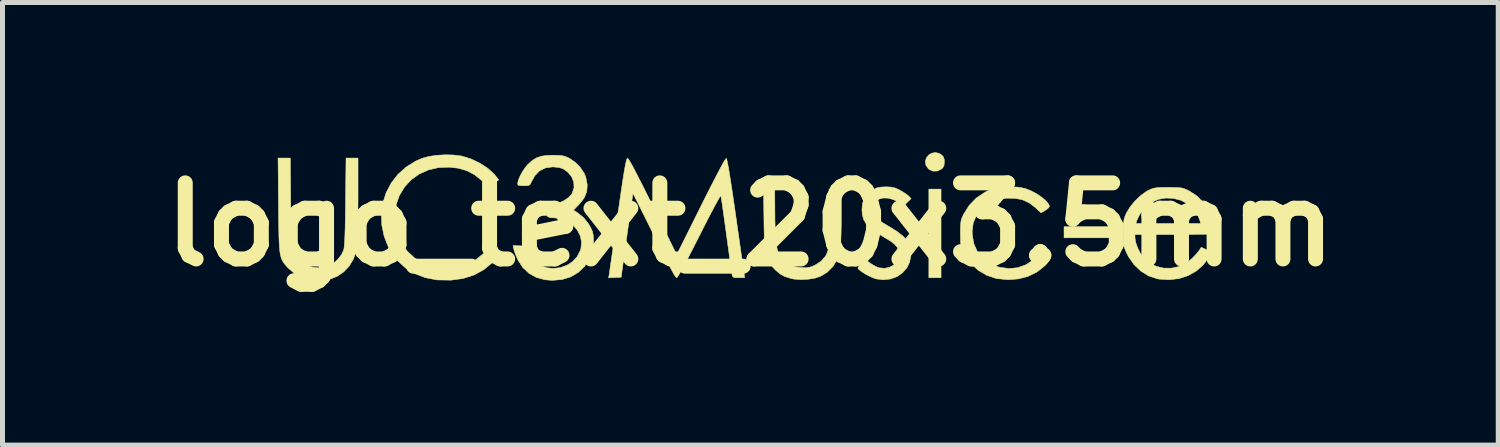
<source format=kicad_pcb>
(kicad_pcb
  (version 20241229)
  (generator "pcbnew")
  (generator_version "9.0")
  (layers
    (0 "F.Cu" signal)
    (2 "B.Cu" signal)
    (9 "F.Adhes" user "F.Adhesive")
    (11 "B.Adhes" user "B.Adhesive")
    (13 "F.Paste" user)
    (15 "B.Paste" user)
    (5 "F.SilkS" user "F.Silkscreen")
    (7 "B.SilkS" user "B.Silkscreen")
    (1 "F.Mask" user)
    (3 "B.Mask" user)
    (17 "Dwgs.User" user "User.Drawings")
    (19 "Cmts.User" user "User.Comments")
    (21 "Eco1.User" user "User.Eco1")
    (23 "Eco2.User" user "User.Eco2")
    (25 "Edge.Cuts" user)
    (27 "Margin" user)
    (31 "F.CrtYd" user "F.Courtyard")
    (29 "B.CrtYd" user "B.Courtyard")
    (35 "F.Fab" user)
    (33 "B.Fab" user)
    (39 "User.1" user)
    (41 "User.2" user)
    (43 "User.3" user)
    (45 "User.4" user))
  (footprint "logo_text_20x3.5mm"
    (layer "F.Cu")
    (at 11.982 1.448)
    (property "Reference" "logo_text_20x3.5mm" (at 0 0 0) (layer "F.SilkS") (effects (font (size 1.524 1.524) (thickness 0.3))))
    (attr through_hole)
    (fp_poly (pts (xy 3.819 1.066) (xy 3.575 1.066) (xy 3.575 -0.71) (xy 3.819 -0.71) (xy 3.819 1.066)) (stroke (width 0.01) (type solid)) (fill yes) (layer "F.SilkS"))
    (fp_poly (pts (xy 7.194 0.266) (xy 6.283 0.266) (xy 6.283 0.044) (xy 7.194 0.044) (xy 7.194 0.266)) (stroke (width 0.01) (type solid)) (fill yes) (layer "F.SilkS"))
    (fp_poly (pts (xy 3.782 -1.425) (xy 3.827 -1.397) (xy 3.866 -1.356) (xy 3.883 -1.303) (xy 3.885 -1.254) (xy 3.879 -1.184) (xy 3.855 -1.138) (xy 3.827 -1.112) (xy 3.746 -1.072) (xy 3.659 -1.07) (xy 3.581 -1.104) (xy 3.563 -1.12) (xy 3.515 -1.192) (xy 3.505 -1.265) (xy 3.525 -1.334) (xy 3.569 -1.391) (xy 3.631 -1.429) (xy 3.704 -1.443) (xy 3.782 -1.425)) (stroke (width 0.01) (type solid)) (fill yes) (layer "F.SilkS"))
    (fp_poly (pts (xy 0.49 -0.327) (xy 0.492 -0.091) (xy 0.497 0.105) (xy 0.506 0.265) (xy 0.519 0.394) (xy 0.537 0.495) (xy 0.559 0.573) (xy 0.586 0.631) (xy 0.669 0.736) (xy 0.778 0.808) (xy 0.917 0.85) (xy 1.012 0.861) (xy 1.104 0.865) (xy 1.171 0.859) (xy 1.232 0.842) (xy 1.298 0.812) (xy 1.422 0.731) (xy 1.509 0.627) (xy 1.551 0.535) (xy 1.56 0.484) (xy 1.567 0.39) (xy 1.572 0.256) (xy 1.575 0.083) (xy 1.576 -0.125) (xy 1.576 -0.71) (xy 1.821 -0.71) (xy 1.821 -0.158) (xy 1.82 0.001) (xy 1.817 0.153) (xy 1.813 0.288) (xy 1.808 0.4) (xy 1.802 0.481) (xy 1.798 0.512) (xy 1.745 0.688) (xy 1.657 0.837) (xy 1.538 0.956) (xy 1.406 1.036) (xy 1.293 1.074) (xy 1.155 1.096) (xy 1.008 1.103) (xy 0.872 1.093) (xy 0.81 1.08) (xy 0.688 1.041) (xy 0.592 0.988) (xy 0.503 0.912) (xy 0.46 0.867) (xy 0.412 0.811) (xy 0.373 0.76) (xy 0.343 0.706) (xy 0.32 0.646) (xy 0.303 0.572) (xy 0.291 0.479) (xy 0.283 0.362) (xy 0.277 0.216) (xy 0.273 0.033) (xy 0.272 -0.083) (xy 0.263 -0.71) (xy 0.488 -0.71) (xy 0.49 -0.327)) (stroke (width 0.01) (type solid)) (fill yes) (layer "F.SilkS"))
    (fp_poly (pts (xy -5.948 -1.393) (xy -5.8 -1.375) (xy -5.767 -1.368) (xy -5.591 -1.312) (xy -5.42 -1.23) (xy -5.266 -1.13) (xy -5.141 -1.018) (xy -5.108 -0.979) (xy -5.041 -0.895) (xy -5.141 -0.823) (xy -5.241 -0.751) (xy -5.382 -0.883) (xy -5.528 -0.999) (xy -5.683 -1.08) (xy -5.856 -1.129) (xy -6.029 -1.149) (xy -6.246 -1.141) (xy -6.448 -1.095) (xy -6.632 -1.013) (xy -6.793 -0.899) (xy -6.927 -0.754) (xy -7.031 -0.583) (xy -7.093 -0.41) (xy -7.126 -0.204) (xy -7.118 -0.001) (xy -7.071 0.194) (xy -6.989 0.374) (xy -6.874 0.534) (xy -6.728 0.669) (xy -6.6 0.749) (xy -6.457 0.812) (xy -6.313 0.85) (xy -6.152 0.866) (xy -6.075 0.868) (xy -5.862 0.85) (xy -5.671 0.796) (xy -5.496 0.702) (xy -5.347 0.582) (xy -5.242 0.484) (xy -5.039 0.63) (xy -5.167 0.76) (xy -5.339 0.903) (xy -5.536 1.011) (xy -5.756 1.081) (xy -5.997 1.114) (xy -6.258 1.11) (xy -6.284 1.108) (xy -6.513 1.064) (xy -6.723 0.983) (xy -6.911 0.868) (xy -7.073 0.719) (xy -7.204 0.542) (xy -7.249 0.459) (xy -7.337 0.235) (xy -7.384 0.009) (xy -7.392 -0.215) (xy -7.362 -0.433) (xy -7.296 -0.64) (xy -7.195 -0.832) (xy -7.062 -1.003) (xy -6.898 -1.151) (xy -6.705 -1.271) (xy -6.572 -1.328) (xy -6.442 -1.364) (xy -6.285 -1.387) (xy -6.115 -1.397) (xy -5.948 -1.393)) (stroke (width 0.01) (type solid)) (fill yes) (layer "F.SilkS"))
    (fp_poly (pts (xy -9.209 -0.439) (xy -9.205 -0.182) (xy -9.202 0.033) (xy -9.197 0.207) (xy -9.192 0.343) (xy -9.186 0.444) (xy -9.179 0.51) (xy -9.172 0.54) (xy -9.114 0.649) (xy -9.024 0.741) (xy -8.908 0.81) (xy -8.777 0.853) (xy -8.638 0.868) (xy -8.501 0.851) (xy -8.44 0.831) (xy -8.351 0.778) (xy -8.264 0.697) (xy -8.19 0.601) (xy -8.15 0.518) (xy -8.141 0.482) (xy -8.134 0.422) (xy -8.128 0.336) (xy -8.123 0.22) (xy -8.118 0.07) (xy -8.115 -0.116) (xy -8.111 -0.342) (xy -8.11 -0.45) (xy -8.1 -1.332) (xy -7.86 -1.332) (xy -7.86 -0.527) (xy -7.861 -0.278) (xy -7.863 -0.068) (xy -7.867 0.106) (xy -7.872 0.25) (xy -7.88 0.367) (xy -7.891 0.464) (xy -7.905 0.543) (xy -7.923 0.611) (xy -7.944 0.67) (xy -7.958 0.702) (xy -8.04 0.836) (xy -8.149 0.95) (xy -8.277 1.037) (xy -8.414 1.091) (xy -8.463 1.1) (xy -8.534 1.11) (xy -8.592 1.118) (xy -8.604 1.119) (xy -8.648 1.12) (xy -8.72 1.115) (xy -8.79 1.108) (xy -8.97 1.064) (xy -9.13 0.983) (xy -9.264 0.867) (xy -9.267 0.865) (xy -9.307 0.819) (xy -9.341 0.777) (xy -9.369 0.734) (xy -9.392 0.687) (xy -9.409 0.631) (xy -9.423 0.56) (xy -9.433 0.472) (xy -9.44 0.362) (xy -9.445 0.224) (xy -9.448 0.055) (xy -9.451 -0.149) (xy -9.453 -0.393) (xy -9.453 -0.394) (xy -9.462 -1.332) (xy -9.217 -1.332) (xy -9.209 -0.439)) (stroke (width 0.01) (type solid)) (fill yes) (layer "F.SilkS"))
    (fp_poly (pts (xy 2.82 -0.75) (xy 2.899 -0.732) (xy 2.983 -0.694) (xy 2.998 -0.686) (xy 3.073 -0.642) (xy 3.138 -0.598) (xy 3.173 -0.568) (xy 3.219 -0.519) (xy 3.143 -0.446) (xy 3.068 -0.372) (xy 2.966 -0.445) (xy 2.868 -0.498) (xy 2.761 -0.528) (xy 2.66 -0.532) (xy 2.576 -0.509) (xy 2.565 -0.502) (xy 2.493 -0.432) (xy 2.456 -0.345) (xy 2.46 -0.252) (xy 2.462 -0.245) (xy 2.482 -0.191) (xy 2.514 -0.145) (xy 2.563 -0.098) (xy 2.635 -0.046) (xy 2.739 0.017) (xy 2.786 0.044) (xy 2.946 0.144) (xy 3.066 0.24) (xy 3.148 0.335) (xy 3.197 0.436) (xy 3.216 0.546) (xy 3.213 0.63) (xy 3.188 0.757) (xy 3.137 0.862) (xy 3.052 0.962) (xy 3.049 0.965) (xy 2.939 1.043) (xy 2.805 1.091) (xy 2.658 1.106) (xy 2.52 1.089) (xy 2.452 1.066) (xy 2.373 1.029) (xy 2.293 0.985) (xy 2.223 0.94) (xy 2.173 0.9) (xy 2.154 0.87) (xy 2.154 0.87) (xy 2.167 0.845) (xy 2.2 0.799) (xy 2.221 0.772) (xy 2.289 0.69) (xy 2.389 0.766) (xy 2.464 0.815) (xy 2.544 0.855) (xy 2.581 0.867) (xy 2.688 0.878) (xy 2.788 0.856) (xy 2.875 0.807) (xy 2.941 0.738) (xy 2.98 0.654) (xy 2.985 0.563) (xy 2.973 0.516) (xy 2.941 0.454) (xy 2.891 0.397) (xy 2.817 0.338) (xy 2.709 0.272) (xy 2.67 0.249) (xy 2.517 0.158) (xy 2.402 0.073) (xy 2.321 -0.011) (xy 2.269 -0.099) (xy 2.242 -0.197) (xy 2.235 -0.3) (xy 2.246 -0.425) (xy 2.286 -0.525) (xy 2.359 -0.615) (xy 2.388 -0.642) (xy 2.461 -0.699) (xy 2.53 -0.734) (xy 2.611 -0.75) (xy 2.72 -0.755) (xy 2.724 -0.755) (xy 2.82 -0.75)) (stroke (width 0.01) (type solid)) (fill yes) (layer "F.SilkS"))
    (fp_poly (pts (xy 5.349 -0.75) (xy 5.43 -0.738) (xy 5.513 -0.717) (xy 5.526 -0.713) (xy 5.624 -0.675) (xy 5.724 -0.622) (xy 5.818 -0.56) (xy 5.899 -0.495) (xy 5.957 -0.433) (xy 5.987 -0.38) (xy 5.989 -0.358) (xy 5.968 -0.329) (xy 5.921 -0.293) (xy 5.902 -0.281) (xy 5.821 -0.234) (xy 5.713 -0.336) (xy 5.589 -0.432) (xy 5.456 -0.494) (xy 5.306 -0.525) (xy 5.14 -0.528) (xy 4.978 -0.51) (xy 4.844 -0.469) (xy 4.729 -0.4) (xy 4.619 -0.297) (xy 4.612 -0.289) (xy 4.519 -0.163) (xy 4.464 -0.03) (xy 4.443 0.12) (xy 4.445 0.208) (xy 4.477 0.387) (xy 4.546 0.542) (xy 4.65 0.672) (xy 4.787 0.774) (xy 4.955 0.845) (xy 4.995 0.856) (xy 5.178 0.882) (xy 5.355 0.865) (xy 5.521 0.805) (xy 5.672 0.705) (xy 5.695 0.685) (xy 5.815 0.575) (xy 5.905 0.626) (xy 5.958 0.662) (xy 5.99 0.693) (xy 5.995 0.703) (xy 5.98 0.732) (xy 5.942 0.779) (xy 5.899 0.825) (xy 5.745 0.948) (xy 5.568 1.036) (xy 5.371 1.089) (xy 5.161 1.105) (xy 4.942 1.083) (xy 4.91 1.076) (xy 4.73 1.015) (xy 4.564 0.916) (xy 4.42 0.786) (xy 4.306 0.63) (xy 4.279 0.58) (xy 4.248 0.514) (xy 4.228 0.459) (xy 4.215 0.404) (xy 4.209 0.335) (xy 4.208 0.24) (xy 4.207 0.178) (xy 4.208 0.064) (xy 4.212 -0.017) (xy 4.221 -0.079) (xy 4.237 -0.131) (xy 4.262 -0.188) (xy 4.27 -0.205) (xy 4.381 -0.381) (xy 4.524 -0.53) (xy 4.696 -0.646) (xy 4.724 -0.66) (xy 4.803 -0.698) (xy 4.867 -0.722) (xy 4.93 -0.737) (xy 5.007 -0.746) (xy 5.111 -0.751) (xy 5.132 -0.752) (xy 5.255 -0.754) (xy 5.349 -0.75)) (stroke (width 0.01) (type solid)) (fill yes) (layer "F.SilkS"))
    (fp_poly (pts (xy 8.488 -0.743) (xy 8.573 -0.74) (xy 8.636 -0.733) (xy 8.687 -0.72) (xy 8.739 -0.698) (xy 8.781 -0.679) (xy 8.942 -0.575) (xy 9.077 -0.44) (xy 9.183 -0.277) (xy 9.254 -0.095) (xy 9.278 0.022) (xy 9.287 0.099) (xy 9.29 0.157) (xy 9.288 0.183) (xy 9.264 0.187) (xy 9.201 0.191) (xy 9.104 0.194) (xy 8.977 0.196) (xy 8.827 0.198) (xy 8.657 0.199) (xy 8.491 0.2) (xy 7.704 0.2) (xy 7.704 0.266) (xy 7.718 0.355) (xy 7.755 0.462) (xy 7.807 0.568) (xy 7.869 0.658) (xy 7.872 0.661) (xy 7.989 0.766) (xy 8.127 0.837) (xy 8.278 0.873) (xy 8.434 0.874) (xy 8.589 0.84) (xy 8.733 0.771) (xy 8.847 0.68) (xy 8.91 0.615) (xy 8.963 0.554) (xy 8.996 0.511) (xy 9.031 0.455) (xy 9.135 0.505) (xy 9.239 0.556) (xy 9.188 0.648) (xy 9.078 0.802) (xy 8.938 0.927) (xy 8.773 1.021) (xy 8.59 1.082) (xy 8.392 1.106) (xy 8.187 1.093) (xy 8.15 1.086) (xy 7.981 1.031) (xy 7.826 0.936) (xy 7.689 0.807) (xy 7.576 0.647) (xy 7.54 0.577) (xy 7.511 0.513) (xy 7.491 0.459) (xy 7.479 0.403) (xy 7.473 0.333) (xy 7.471 0.237) (xy 7.471 0.167) (xy 7.472 0.049) (xy 7.475 -0.022) (xy 7.724 -0.022) (xy 9.019 -0.022) (xy 9.004 -0.083) (xy 8.949 -0.219) (xy 8.862 -0.333) (xy 8.749 -0.423) (xy 8.617 -0.488) (xy 8.472 -0.524) (xy 8.323 -0.531) (xy 8.176 -0.506) (xy 8.038 -0.447) (xy 7.951 -0.385) (xy 7.867 -0.298) (xy 7.794 -0.193) (xy 7.744 -0.088) (xy 7.738 -0.072) (xy 7.724 -0.022) (xy 7.475 -0.022) (xy 7.476 -0.035) (xy 7.484 -0.098) (xy 7.499 -0.152) (xy 7.522 -0.208) (xy 7.531 -0.228) (xy 7.604 -0.35) (xy 7.703 -0.471) (xy 7.817 -0.58) (xy 7.933 -0.664) (xy 7.969 -0.683) (xy 8.024 -0.709) (xy 8.074 -0.726) (xy 8.129 -0.736) (xy 8.2 -0.742) (xy 8.299 -0.744) (xy 8.37 -0.744) (xy 8.488 -0.743)) (stroke (width 0.01) (type solid)) (fill yes) (layer "F.SilkS"))
    (fp_poly (pts (xy -3.856 -1.386) (xy -3.78 -1.381) (xy -3.722 -1.369) (xy -3.669 -1.348) (xy -3.627 -1.328) (xy -3.509 -1.247) (xy -3.405 -1.141) (xy -3.328 -1.024) (xy -3.297 -0.947) (xy -3.268 -0.796) (xy -3.278 -0.661) (xy -3.328 -0.536) (xy -3.422 -0.415) (xy -3.43 -0.407) (xy -3.544 -0.289) (xy -3.461 -0.234) (xy -3.339 -0.136) (xy -3.244 -0.016) (xy -3.202 0.056) (xy -3.171 0.124) (xy -3.152 0.19) (xy -3.144 0.272) (xy -3.143 0.345) (xy -3.144 0.443) (xy -3.154 0.517) (xy -3.175 0.585) (xy -3.213 0.668) (xy -3.215 0.671) (xy -3.316 0.831) (xy -3.445 0.957) (xy -3.599 1.048) (xy -3.775 1.102) (xy -3.97 1.118) (xy -4.112 1.107) (xy -4.283 1.062) (xy -4.433 0.979) (xy -4.559 0.861) (xy -4.656 0.712) (xy -4.66 0.702) (xy -4.696 0.62) (xy -4.726 0.542) (xy -4.74 0.493) (xy -4.755 0.42) (xy -4.629 0.426) (xy -4.502 0.433) (xy -4.459 0.548) (xy -4.392 0.672) (xy -4.299 0.766) (xy -4.186 0.832) (xy -4.06 0.869) (xy -3.928 0.879) (xy -3.796 0.86) (xy -3.671 0.814) (xy -3.56 0.742) (xy -3.47 0.643) (xy -3.406 0.518) (xy -3.395 0.482) (xy -3.382 0.353) (xy -3.408 0.226) (xy -3.469 0.108) (xy -3.56 0.008) (xy -3.675 -0.068) (xy -3.751 -0.097) (xy -3.829 -0.118) (xy -3.898 -0.131) (xy -3.928 -0.134) (xy -4.011 -0.138) (xy -4.059 -0.157) (xy -4.079 -0.198) (xy -4.081 -0.269) (xy -4.081 -0.275) (xy -4.074 -0.389) (xy -3.958 -0.403) (xy -3.847 -0.429) (xy -3.737 -0.477) (xy -3.644 -0.54) (xy -3.579 -0.609) (xy -3.571 -0.623) (xy -3.533 -0.737) (xy -3.538 -0.852) (xy -3.584 -0.962) (xy -3.656 -1.048) (xy -3.735 -1.108) (xy -3.826 -1.142) (xy -3.94 -1.154) (xy -3.97 -1.154) (xy -4.107 -1.134) (xy -4.224 -1.075) (xy -4.319 -0.978) (xy -4.386 -0.856) (xy -4.407 -0.811) (xy -4.432 -0.787) (xy -4.474 -0.778) (xy -4.541 -0.777) (xy -4.611 -0.779) (xy -4.648 -0.787) (xy -4.661 -0.806) (xy -4.663 -0.823) (xy -4.649 -0.886) (xy -4.615 -0.969) (xy -4.566 -1.059) (xy -4.509 -1.144) (xy -4.461 -1.201) (xy -4.37 -1.283) (xy -4.282 -1.337) (xy -4.186 -1.37) (xy -4.067 -1.385) (xy -3.963 -1.388) (xy -3.856 -1.386)) (stroke (width 0.01) (type solid)) (fill yes) (layer "F.SilkS"))
    (fp_poly (pts (xy -2.448 -1.316) (xy -2.421 -1.276) (xy -2.381 -1.208) (xy -2.327 -1.108) (xy -2.258 -0.974) (xy -2.172 -0.806) (xy -2.07 -0.602) (xy -1.953 -0.364) (xy -1.476 0.605) (xy -0.993 -0.365) (xy -0.879 -0.593) (xy -0.777 -0.794) (xy -0.688 -0.966) (xy -0.614 -1.107) (xy -0.555 -1.215) (xy -0.513 -1.288) (xy -0.488 -1.323) (xy -0.483 -1.327) (xy -0.473 -1.302) (xy -0.458 -1.234) (xy -0.437 -1.124) (xy -0.412 -0.971) (xy -0.381 -0.776) (xy -0.346 -0.541) (xy -0.306 -0.265) (xy -0.296 -0.198) (xy -0.265 0.022) (xy -0.235 0.231) (xy -0.208 0.423) (xy -0.183 0.595) (xy -0.162 0.742) (xy -0.145 0.86) (xy -0.133 0.944) (xy -0.126 0.989) (xy -0.125 0.994) (xy -0.114 1.066) (xy -0.234 1.066) (xy -0.305 1.064) (xy -0.343 1.054) (xy -0.36 1.033) (xy -0.365 1.016) (xy -0.371 0.982) (xy -0.381 0.911) (xy -0.396 0.806) (xy -0.415 0.673) (xy -0.436 0.519) (xy -0.46 0.348) (xy -0.478 0.211) (xy -0.503 0.032) (xy -0.526 -0.134) (xy -0.547 -0.281) (xy -0.564 -0.405) (xy -0.579 -0.499) (xy -0.588 -0.558) (xy -0.592 -0.577) (xy -0.604 -0.565) (xy -0.634 -0.517) (xy -0.679 -0.437) (xy -0.738 -0.328) (xy -0.809 -0.193) (xy -0.889 -0.037) (xy -0.978 0.137) (xy -1.023 0.228) (xy -1.142 0.462) (xy -1.242 0.657) (xy -1.324 0.814) (xy -1.388 0.932) (xy -1.436 1.012) (xy -1.466 1.056) (xy -1.478 1.066) (xy -1.497 1.048) (xy -1.531 0.996) (xy -1.581 0.906) (xy -1.648 0.78) (xy -1.733 0.616) (xy -1.835 0.413) (xy -1.932 0.216) (xy -2.021 0.037) (xy -2.103 -0.128) (xy -2.177 -0.277) (xy -2.241 -0.404) (xy -2.292 -0.505) (xy -2.329 -0.578) (xy -2.35 -0.616) (xy -2.354 -0.622) (xy -2.357 -0.598) (xy -2.366 -0.535) (xy -2.38 -0.438) (xy -2.398 -0.312) (xy -2.419 -0.161) (xy -2.443 0.01) (xy -2.469 0.195) (xy -2.473 0.222) (xy -2.589 1.055) (xy -2.84 1.068) (xy -2.828 0.995) (xy -2.822 0.959) (xy -2.812 0.883) (xy -2.796 0.773) (xy -2.775 0.632) (xy -2.751 0.465) (xy -2.724 0.277) (xy -2.695 0.071) (xy -2.664 -0.147) (xy -2.656 -0.2) (xy -2.619 -0.46) (xy -2.587 -0.679) (xy -2.56 -0.86) (xy -2.537 -1.007) (xy -2.518 -1.121) (xy -2.502 -1.207) (xy -2.488 -1.268) (xy -2.477 -1.306) (xy -2.468 -1.324) (xy -2.463 -1.327) (xy -2.448 -1.316)) (stroke (width 0.01) (type solid)) (fill yes) (layer "F.SilkS")))
  (gr_rect
    (start -3 -3)
    (end 26.963 5.866)
    (stroke (width 0.1) (type default))
    (fill no)
    (layer "Edge.Cuts")))
</source>
